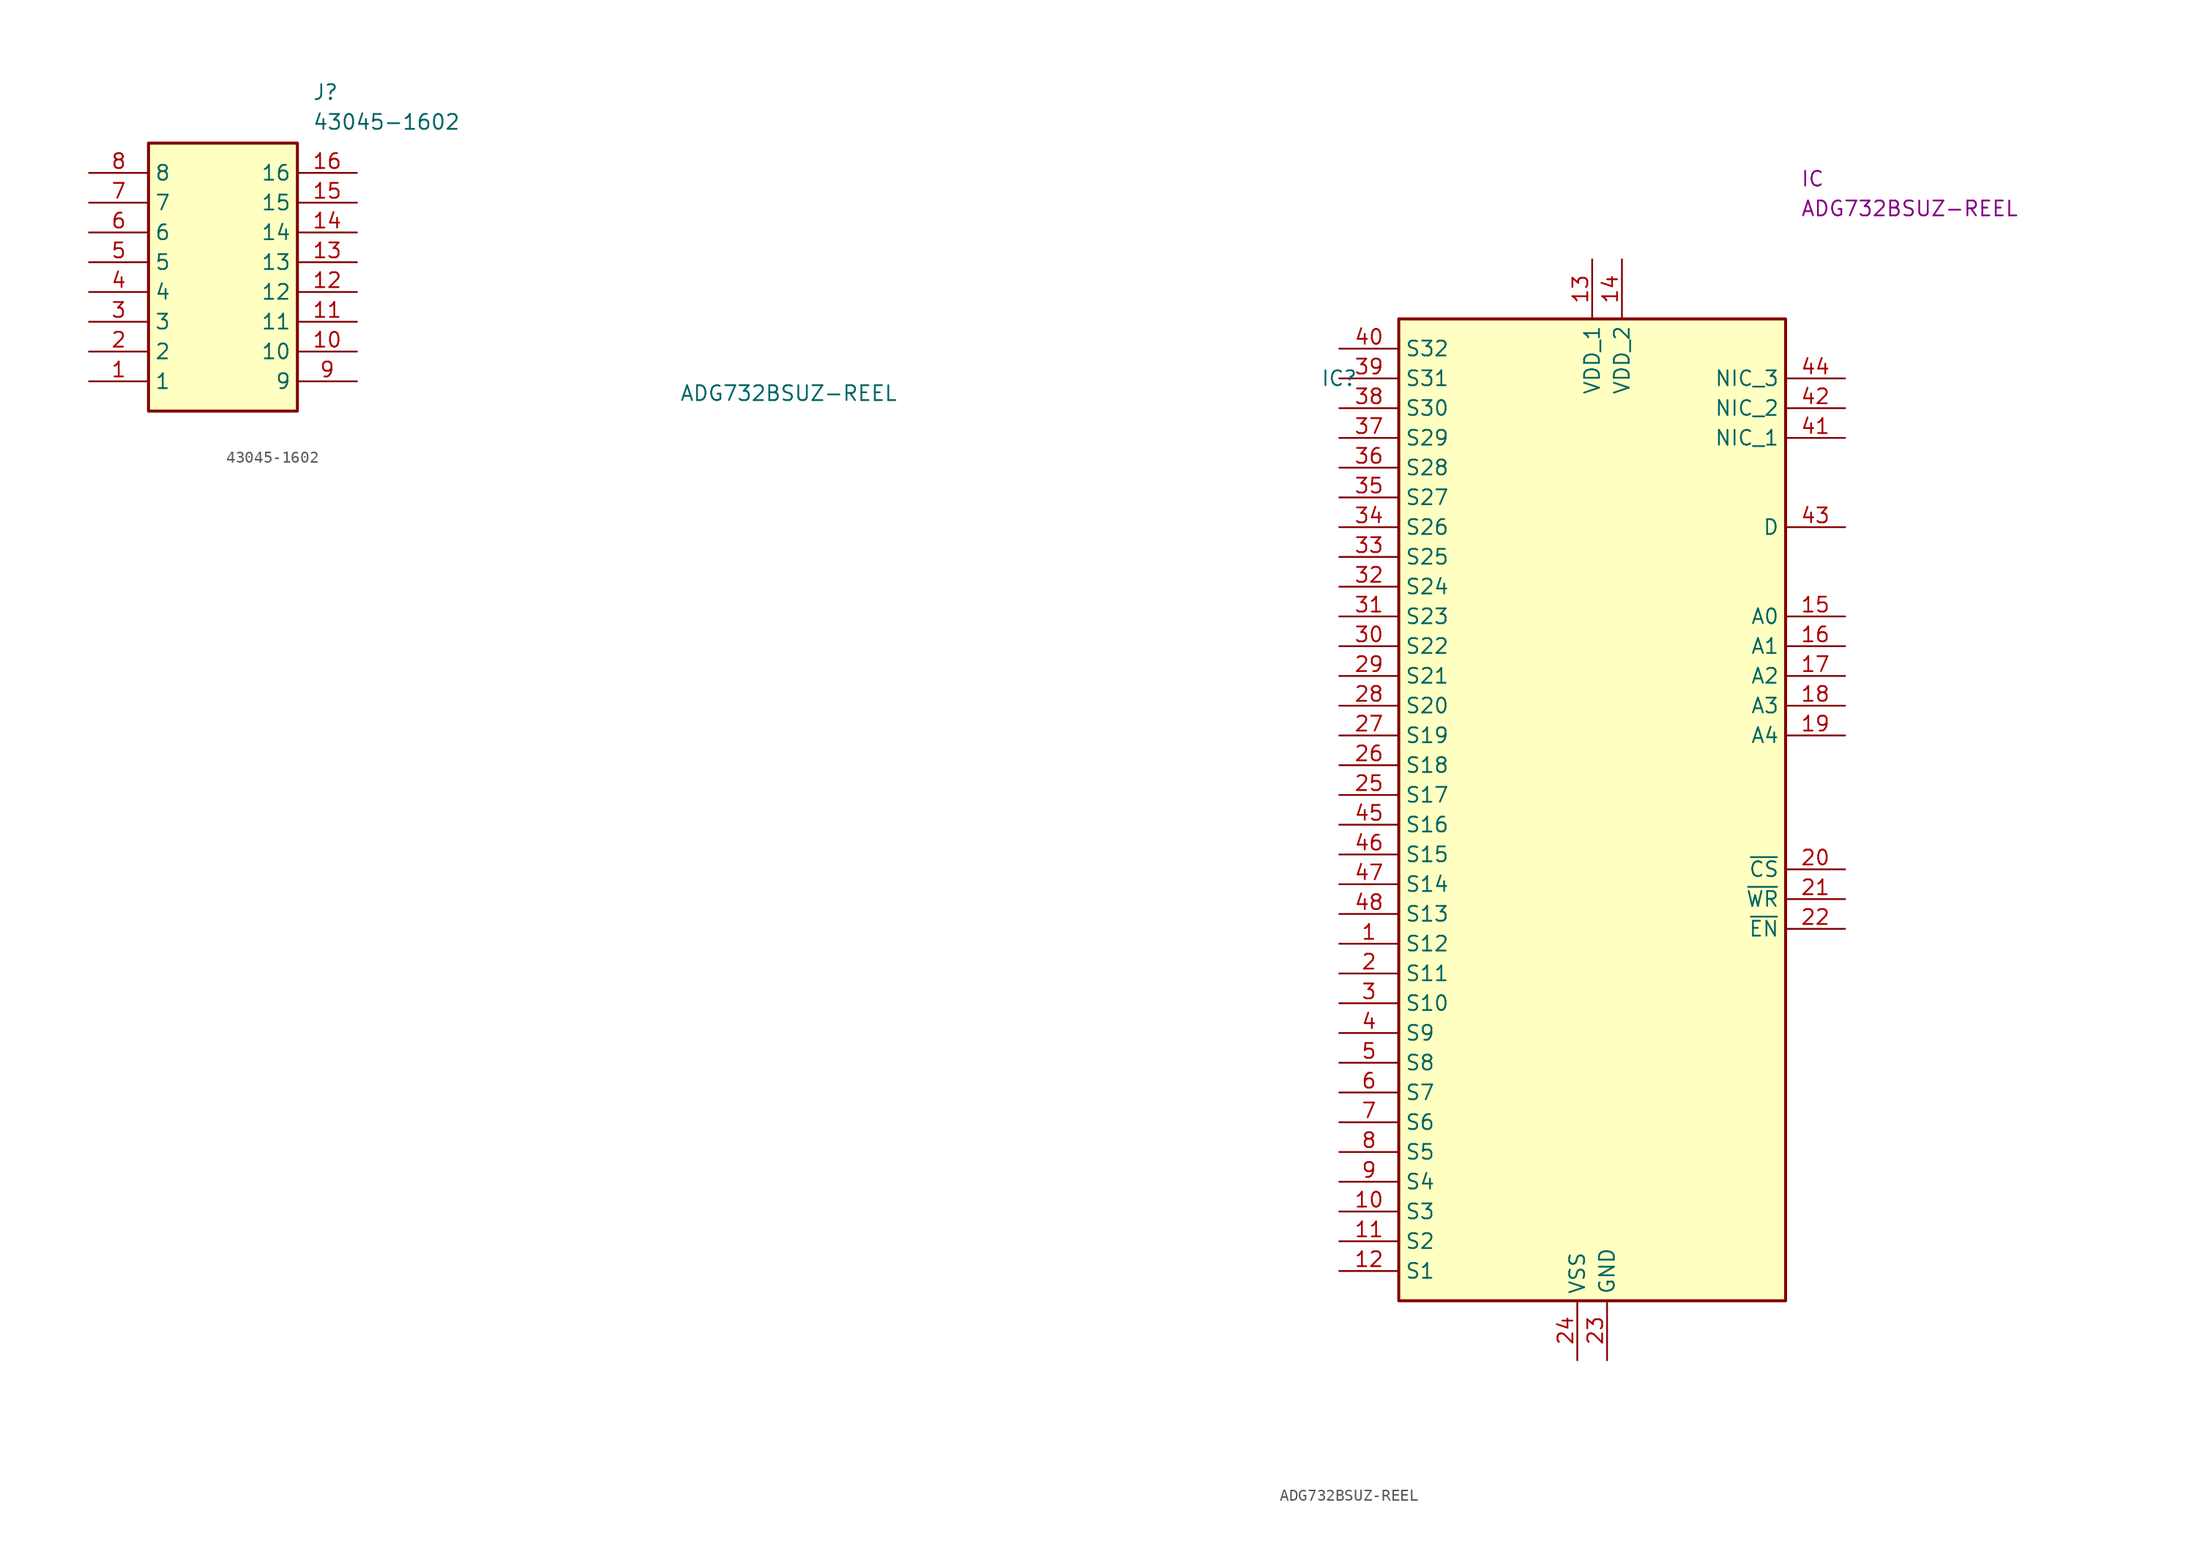
<source format=kicad_sym>
(kicad_symbol_lib
  (version 20220914)
  (generator kicad_symbol_editor)
  (symbol "43045-1602"
    (property "Reference" "J"
      (at 19.05 7.62 0)
      (effects (font (size 1.27 1.27)) (justify left top)))
    (property "Value" "43045-1602"
      (at 19.05 5.08 0)
      (effects (font (size 1.27 1.27)) (justify left top)))
    (symbol "43045-1602_1_1"
      (rectangle (start 5.08 2.54) (end 17.78 -20.32) (stroke (width 0.254) (type default)) (fill (type background)))
      (pin passive line (at 0 -17.78 0) (length 5.08) (name "1" (effects (font (size 1.27 1.27)))) (number "1" (effects (font (size 1.27 1.27)))))
      (pin passive line (at 22.86 -15.24 180) (length 5.08) (name "10" (effects (font (size 1.27 1.27)))) (number "10" (effects (font (size 1.27 1.27)))))
      (pin passive line (at 22.86 -12.7 180) (length 5.08) (name "11" (effects (font (size 1.27 1.27)))) (number "11" (effects (font (size 1.27 1.27)))))
      (pin passive line (at 22.86 -10.16 180) (length 5.08) (name "12" (effects (font (size 1.27 1.27)))) (number "12" (effects (font (size 1.27 1.27)))))
      (pin passive line (at 22.86 -7.62 180) (length 5.08) (name "13" (effects (font (size 1.27 1.27)))) (number "13" (effects (font (size 1.27 1.27)))))
      (pin passive line (at 22.86 -5.08 180) (length 5.08) (name "14" (effects (font (size 1.27 1.27)))) (number "14" (effects (font (size 1.27 1.27)))))
      (pin passive line (at 22.86 -2.54 180) (length 5.08) (name "15" (effects (font (size 1.27 1.27)))) (number "15" (effects (font (size 1.27 1.27)))))
      (pin passive line (at 22.86 0 180) (length 5.08) (name "16" (effects (font (size 1.27 1.27)))) (number "16" (effects (font (size 1.27 1.27)))))
      (pin passive line (at 0 -15.24 0) (length 5.08) (name "2" (effects (font (size 1.27 1.27)))) (number "2" (effects (font (size 1.27 1.27)))))
      (pin passive line (at 0 -12.7 0) (length 5.08) (name "3" (effects (font (size 1.27 1.27)))) (number "3" (effects (font (size 1.27 1.27)))))
      (pin passive line (at 0 -10.16 0) (length 5.08) (name "4" (effects (font (size 1.27 1.27)))) (number "4" (effects (font (size 1.27 1.27)))))
      (pin passive line (at 0 -7.62 0) (length 5.08) (name "5" (effects (font (size 1.27 1.27)))) (number "5" (effects (font (size 1.27 1.27)))))
      (pin passive line (at 0 -5.08 0) (length 5.08) (name "6" (effects (font (size 1.27 1.27)))) (number "6" (effects (font (size 1.27 1.27)))))
      (pin passive line (at 0 -2.54 0) (length 5.08) (name "7" (effects (font (size 1.27 1.27)))) (number "7" (effects (font (size 1.27 1.27)))))
      (pin passive line (at 0 0 0) (length 5.08) (name "8" (effects (font (size 1.27 1.27)))) (number "8" (effects (font (size 1.27 1.27)))))
      (pin passive line (at 22.86 -17.78 180) (length 5.08) (name "9" (effects (font (size 1.27 1.27)))) (number "9" (effects (font (size 1.27 1.27)))))))
  (symbol "ADG732BSUZ-REEL"
    (property "Reference" "IC"
      (at 0 0 0)
      (effects (font (size 1.27 1.27))))
    (property "Value" "ADG732BSUZ-REEL"
      (at -46.99 -1.27 0)
      (effects (font (size 1.27 1.27))))
    (property "Reference_1" "IC"
      (at 39.37 17.78 0)
      (effects (font (size 1.27 1.27)) (justify left top)))
    (property "Value_1" "ADG732BSUZ-REEL"
      (at 39.37 15.24 0)
      (effects (font (size 1.27 1.27)) (justify left top)))
    (symbol "ADG732BSUZ-REEL_1_1"
      (rectangle (start 5.08 5.08) (end 38.1 -78.74) (stroke (width 0.254) (type default)) (fill (type background)))
      (pin passive line (at 0 -48.26 0) (length 5.08) (name "S12" (effects (font (size 1.27 1.27)))) (number "1" (effects (font (size 1.27 1.27)))))
      (pin passive line (at 0 -71.12 0) (length 5.08) (name "S3" (effects (font (size 1.27 1.27)))) (number "10" (effects (font (size 1.27 1.27)))))
      (pin passive line (at 0 -73.66 0) (length 5.08) (name "S2" (effects (font (size 1.27 1.27)))) (number "11" (effects (font (size 1.27 1.27)))))
      (pin passive line (at 0 -76.2 0) (length 5.08) (name "S1" (effects (font (size 1.27 1.27)))) (number "12" (effects (font (size 1.27 1.27)))))
      (pin passive line (at 21.59 10.16 270) (length 5.08) (name "VDD_1" (effects (font (size 1.27 1.27)))) (number "13" (effects (font (size 1.27 1.27)))))
      (pin passive line (at 24.13 10.16 270) (length 5.08) (name "VDD_2" (effects (font (size 1.27 1.27)))) (number "14" (effects (font (size 1.27 1.27)))))
      (pin passive line (at 43.18 -20.32 180) (length 5.08) (name "A0" (effects (font (size 1.27 1.27)))) (number "15" (effects (font (size 1.27 1.27)))))
      (pin passive line (at 43.18 -22.86 180) (length 5.08) (name "A1" (effects (font (size 1.27 1.27)))) (number "16" (effects (font (size 1.27 1.27)))))
      (pin passive line (at 43.18 -25.4 180) (length 5.08) (name "A2" (effects (font (size 1.27 1.27)))) (number "17" (effects (font (size 1.27 1.27)))))
      (pin passive line (at 43.18 -27.94 180) (length 5.08) (name "A3" (effects (font (size 1.27 1.27)))) (number "18" (effects (font (size 1.27 1.27)))))
      (pin passive line (at 43.18 -30.48 180) (length 5.08) (name "A4" (effects (font (size 1.27 1.27)))) (number "19" (effects (font (size 1.27 1.27)))))
      (pin passive line (at 0 -50.8 0) (length 5.08) (name "S11" (effects (font (size 1.27 1.27)))) (number "2" (effects (font (size 1.27 1.27)))))
      (pin passive line (at 43.18 -41.91 180) (length 5.08) (name "~{CS}" (effects (font (size 1.27 1.27)))) (number "20" (effects (font (size 1.27 1.27)))))
      (pin passive line (at 43.18 -44.45 180) (length 5.08) (name "~{WR}" (effects (font (size 1.27 1.27)))) (number "21" (effects (font (size 1.27 1.27)))))
      (pin passive line (at 43.18 -46.99 180) (length 5.08) (name "~{EN}" (effects (font (size 1.27 1.27)))) (number "22" (effects (font (size 1.27 1.27)))))
      (pin passive line (at 22.86 -83.82 90) (length 5.08) (name "GND" (effects (font (size 1.27 1.27)))) (number "23" (effects (font (size 1.27 1.27)))))
      (pin passive line (at 20.32 -83.82 90) (length 5.08) (name "VSS" (effects (font (size 1.27 1.27)))) (number "24" (effects (font (size 1.27 1.27)))))
      (pin passive line (at 0 -35.56 0) (length 5.08) (name "S17" (effects (font (size 1.27 1.27)))) (number "25" (effects (font (size 1.27 1.27)))))
      (pin passive line (at 0 -33.02 0) (length 5.08) (name "S18" (effects (font (size 1.27 1.27)))) (number "26" (effects (font (size 1.27 1.27)))))
      (pin passive line (at 0 -30.48 0) (length 5.08) (name "S19" (effects (font (size 1.27 1.27)))) (number "27" (effects (font (size 1.27 1.27)))))
      (pin passive line (at 0 -27.94 0) (length 5.08) (name "S20" (effects (font (size 1.27 1.27)))) (number "28" (effects (font (size 1.27 1.27)))))
      (pin passive line (at 0 -25.4 0) (length 5.08) (name "S21" (effects (font (size 1.27 1.27)))) (number "29" (effects (font (size 1.27 1.27)))))
      (pin passive line (at 0 -53.34 0) (length 5.08) (name "S10" (effects (font (size 1.27 1.27)))) (number "3" (effects (font (size 1.27 1.27)))))
      (pin passive line (at 0 -22.86 0) (length 5.08) (name "S22" (effects (font (size 1.27 1.27)))) (number "30" (effects (font (size 1.27 1.27)))))
      (pin passive line (at 0 -20.32 0) (length 5.08) (name "S23" (effects (font (size 1.27 1.27)))) (number "31" (effects (font (size 1.27 1.27)))))
      (pin passive line (at 0 -17.78 0) (length 5.08) (name "S24" (effects (font (size 1.27 1.27)))) (number "32" (effects (font (size 1.27 1.27)))))
      (pin passive line (at 0 -15.24 0) (length 5.08) (name "S25" (effects (font (size 1.27 1.27)))) (number "33" (effects (font (size 1.27 1.27)))))
      (pin passive line (at 0 -12.7 0) (length 5.08) (name "S26" (effects (font (size 1.27 1.27)))) (number "34" (effects (font (size 1.27 1.27)))))
      (pin passive line (at 0 -10.16 0) (length 5.08) (name "S27" (effects (font (size 1.27 1.27)))) (number "35" (effects (font (size 1.27 1.27)))))
      (pin passive line (at 0 -7.62 0) (length 5.08) (name "S28" (effects (font (size 1.27 1.27)))) (number "36" (effects (font (size 1.27 1.27)))))
      (pin passive line (at 0 -5.08 0) (length 5.08) (name "S29" (effects (font (size 1.27 1.27)))) (number "37" (effects (font (size 1.27 1.27)))))
      (pin passive line (at 0 -2.54 0) (length 5.08) (name "S30" (effects (font (size 1.27 1.27)))) (number "38" (effects (font (size 1.27 1.27)))))
      (pin passive line (at 0 0 0) (length 5.08) (name "S31" (effects (font (size 1.27 1.27)))) (number "39" (effects (font (size 1.27 1.27)))))
      (pin passive line (at 0 -55.88 0) (length 5.08) (name "S9" (effects (font (size 1.27 1.27)))) (number "4" (effects (font (size 1.27 1.27)))))
      (pin passive line (at 0 2.54 0) (length 5.08) (name "S32" (effects (font (size 1.27 1.27)))) (number "40" (effects (font (size 1.27 1.27)))))
      (pin passive line (at 43.18 -5.08 180) (length 5.08) (name "NIC_1" (effects (font (size 1.27 1.27)))) (number "41" (effects (font (size 1.27 1.27)))))
      (pin passive line (at 43.18 -2.54 180) (length 5.08) (name "NIC_2" (effects (font (size 1.27 1.27)))) (number "42" (effects (font (size 1.27 1.27)))))
      (pin passive line (at 43.18 -12.7 180) (length 5.08) (name "D" (effects (font (size 1.27 1.27)))) (number "43" (effects (font (size 1.27 1.27)))))
      (pin passive line (at 43.18 0 180) (length 5.08) (name "NIC_3" (effects (font (size 1.27 1.27)))) (number "44" (effects (font (size 1.27 1.27)))))
      (pin passive line (at 0 -38.1 0) (length 5.08) (name "S16" (effects (font (size 1.27 1.27)))) (number "45" (effects (font (size 1.27 1.27)))))
      (pin passive line (at 0 -40.64 0) (length 5.08) (name "S15" (effects (font (size 1.27 1.27)))) (number "46" (effects (font (size 1.27 1.27)))))
      (pin passive line (at 0 -43.18 0) (length 5.08) (name "S14" (effects (font (size 1.27 1.27)))) (number "47" (effects (font (size 1.27 1.27)))))
      (pin passive line (at 0 -45.72 0) (length 5.08) (name "S13" (effects (font (size 1.27 1.27)))) (number "48" (effects (font (size 1.27 1.27)))))
      (pin passive line (at 0 -58.42 0) (length 5.08) (name "S8" (effects (font (size 1.27 1.27)))) (number "5" (effects (font (size 1.27 1.27)))))
      (pin passive line (at 0 -60.96 0) (length 5.08) (name "S7" (effects (font (size 1.27 1.27)))) (number "6" (effects (font (size 1.27 1.27)))))
      (pin passive line (at 0 -63.5 0) (length 5.08) (name "S6" (effects (font (size 1.27 1.27)))) (number "7" (effects (font (size 1.27 1.27)))))
      (pin passive line (at 0 -66.04 0) (length 5.08) (name "S5" (effects (font (size 1.27 1.27)))) (number "8" (effects (font (size 1.27 1.27)))))
      (pin passive line (at 0 -68.58 0) (length 5.08) (name "S4" (effects (font (size 1.27 1.27)))) (number "9" (effects (font (size 1.27 1.27))))))))
</source>
